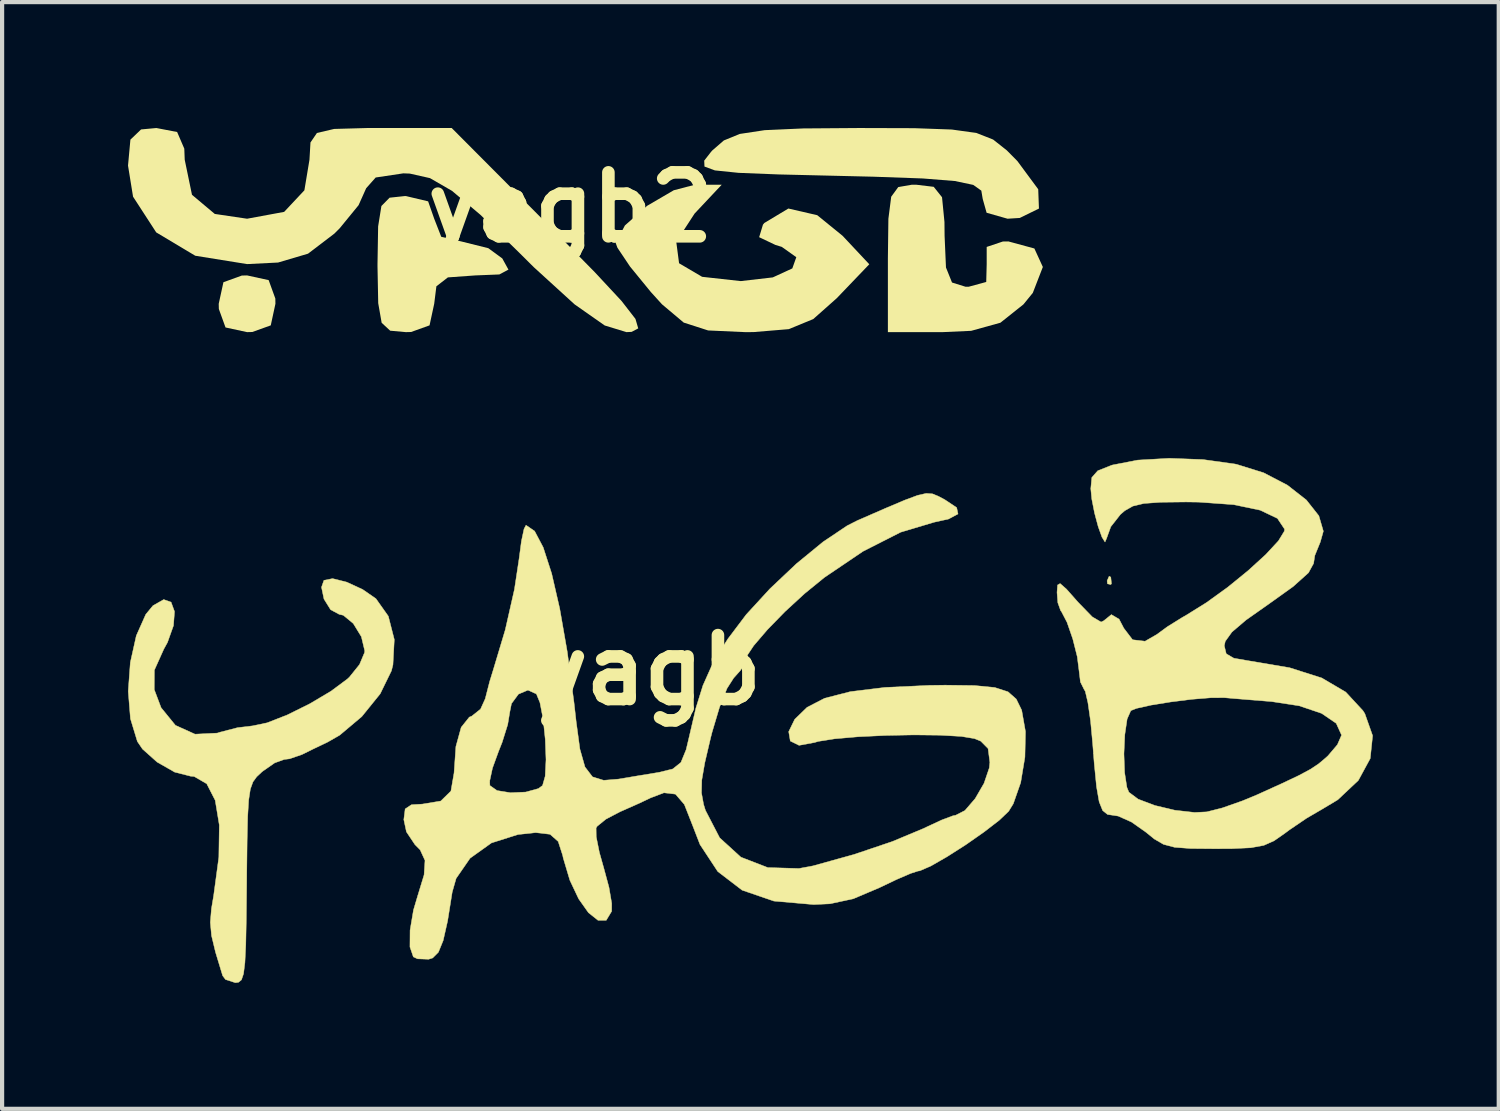
<source format=kicad_pcb>
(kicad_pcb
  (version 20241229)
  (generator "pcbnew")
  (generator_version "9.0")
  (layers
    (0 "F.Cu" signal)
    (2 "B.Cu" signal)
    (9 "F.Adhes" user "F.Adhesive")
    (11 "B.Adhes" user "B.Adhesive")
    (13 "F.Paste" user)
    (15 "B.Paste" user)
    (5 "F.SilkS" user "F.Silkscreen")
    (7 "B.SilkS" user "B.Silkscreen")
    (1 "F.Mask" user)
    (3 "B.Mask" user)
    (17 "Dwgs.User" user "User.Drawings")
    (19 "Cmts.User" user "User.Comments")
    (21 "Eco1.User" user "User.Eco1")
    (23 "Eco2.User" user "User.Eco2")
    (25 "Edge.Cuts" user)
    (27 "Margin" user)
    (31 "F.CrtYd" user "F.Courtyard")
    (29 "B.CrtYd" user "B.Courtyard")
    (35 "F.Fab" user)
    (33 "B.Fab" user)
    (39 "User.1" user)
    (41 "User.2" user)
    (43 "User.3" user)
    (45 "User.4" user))
  (footprint "yagb"
    (layer "F.Cu")
    (at 12.422 12.916)
    (property "Reference" "yagb" (at 0 0 0) (layer "F.SilkS") (effects (font (size 1.524 1.524) (thickness 0.3))))
    (attr through_hole)
    (fp_poly (pts (xy 10.993 -2.216) (xy 11.009 -2.059) (xy 10.993 -2.039) (xy 10.914 -2.057) (xy 10.905 -2.128) (xy 10.953 -2.237) (xy 10.993 -2.216)) (stroke (width 0.01) (type solid)) (fill yes) (layer "F.SilkS"))
    (fp_poly (pts (xy -7.212 -2.097) (xy -6.832 -1.922) (xy -6.516 -1.703) (xy -6.22 -1.285) (xy -6.078 -0.729) (xy -6.11 -0.127) (xy -6.146 0.016) (xy -6.414 0.564) (xy -6.852 1.106) (xy -7.378 1.549) (xy -7.664 1.713) (xy -8.015 1.881) (xy -8.276 2.01) (xy -8.572 2.112) (xy -8.701 2.128) (xy -8.928 2.21) (xy -9.216 2.411) (xy -9.235 2.427) (xy -9.356 2.54) (xy -9.445 2.662) (xy -9.507 2.833) (xy -9.547 3.094) (xy -9.571 3.487) (xy -9.584 4.052) (xy -9.593 4.83) (xy -9.595 5.087) (xy -9.604 5.932) (xy -9.616 6.548) (xy -9.637 6.97) (xy -9.67 7.235) (xy -9.719 7.379) (xy -9.789 7.437) (xy -9.865 7.447) (xy -10.099 7.371) (xy -10.167 7.281) (xy -10.337 6.721) (xy -10.432 6.326) (xy -10.461 6.009) (xy -10.434 5.684) (xy -10.381 5.368) (xy -10.258 4.455) (xy -10.247 3.691) (xy -10.345 3.101) (xy -10.547 2.707) (xy -10.848 2.533) (xy -10.93 2.527) (xy -11.31 2.43) (xy -11.73 2.19) (xy -12.077 1.88) (xy -12.199 1.7) (xy -12.364 1.158) (xy -12.417 0.503) (xy -12.367 -0.182) (xy -12.225 -0.82) (xy -11.999 -1.328) (xy -11.828 -1.536) (xy -11.571 -1.682) (xy -11.396 -1.62) (xy -11.314 -1.396) (xy -11.339 -1.061) (xy -11.482 -0.66) (xy -11.569 -0.502) (xy -11.794 -0.001) (xy -11.797 0.463) (xy -11.634 0.895) (xy -11.292 1.315) (xy -10.825 1.526) (xy -10.296 1.5) (xy -10.224 1.477) (xy -9.814 1.371) (xy -9.455 1.328) (xy -9.107 1.255) (xy -8.625 1.066) (xy -8.091 0.801) (xy -7.587 0.502) (xy -7.194 0.21) (xy -7.148 0.167) (xy -6.906 -0.134) (xy -6.785 -0.422) (xy -6.782 -0.461) (xy -6.862 -0.796) (xy -7.055 -1.111) (xy -7.292 -1.307) (xy -7.391 -1.33) (xy -7.595 -1.44) (xy -7.753 -1.694) (xy -7.812 -1.975) (xy -7.754 -2.14) (xy -7.548 -2.181) (xy -7.212 -2.097)) (stroke (width 0.01) (type solid)) (fill yes) (layer "F.SilkS"))
    (fp_poly (pts (xy 13.19 -5.017) (xy 13.945 -4.912) (xy 13.99 -4.903) (xy 14.635 -4.702) (xy 15.201 -4.407) (xy 15.652 -4.054) (xy 15.95 -3.677) (xy 16.057 -3.31) (xy 15.984 -3.051) (xy 15.853 -2.729) (xy 15.825 -2.543) (xy 15.703 -2.32) (xy 15.338 -1.992) (xy 14.761 -1.579) (xy 14.217 -1.196) (xy 13.879 -0.908) (xy 13.72 -0.687) (xy 13.697 -0.581) (xy 13.743 -0.39) (xy 13.924 -0.284) (xy 14.263 -0.225) (xy 15.255 -0.057) (xy 16.02 0.187) (xy 16.591 0.523) (xy 16.999 0.964) (xy 17.045 1.036) (xy 17.231 1.562) (xy 17.174 2.105) (xy 16.891 2.627) (xy 16.4 3.089) (xy 16.013 3.321) (xy 15.656 3.529) (xy 15.247 3.807) (xy 15.141 3.886) (xy 14.884 4.065) (xy 14.638 4.175) (xy 14.327 4.232) (xy 13.875 4.253) (xy 13.474 4.255) (xy 12.898 4.25) (xy 12.515 4.221) (xy 12.249 4.151) (xy 12.029 4.023) (xy 11.831 3.862) (xy 11.486 3.619) (xy 11.169 3.477) (xy 11.08 3.463) (xy 10.916 3.439) (xy 10.799 3.345) (xy 10.716 3.138) (xy 10.653 2.778) (xy 10.598 2.22) (xy 10.58 1.992) (xy 11.306 1.992) (xy 11.322 2.44) (xy 11.376 2.791) (xy 11.424 2.909) (xy 11.645 3.074) (xy 12.041 3.224) (xy 12.52 3.338) (xy 12.99 3.391) (xy 13.28 3.377) (xy 13.65 3.283) (xy 14.133 3.113) (xy 14.477 2.97) (xy 15.072 2.7) (xy 15.477 2.508) (xy 15.749 2.362) (xy 15.942 2.234) (xy 16.111 2.092) (xy 16.169 2.039) (xy 16.392 1.776) (xy 16.49 1.551) (xy 16.49 1.545) (xy 16.364 1.268) (xy 16.015 1.03) (xy 15.483 0.85) (xy 14.825 0.749) (xy 14.33 0.709) (xy 13.925 0.676) (xy 13.697 0.656) (xy 13.697 0.656) (xy 13.376 0.658) (xy 12.922 0.695) (xy 12.421 0.758) (xy 11.955 0.833) (xy 11.606 0.911) (xy 11.47 0.965) (xy 11.382 1.164) (xy 11.327 1.536) (xy 11.306 1.992) (xy 10.58 1.992) (xy 10.562 1.759) (xy 10.511 1.213) (xy 10.448 0.775) (xy 10.385 0.506) (xy 10.355 0.455) (xy 10.269 0.282) (xy 10.238 0.025) (xy 10.194 -0.32) (xy 10.087 -0.744) (xy 9.95 -1.14) (xy 9.816 -1.397) (xy 9.799 -1.416) (xy 9.731 -1.606) (xy 9.712 -1.851) (xy 9.725 -2.029) (xy 9.786 -2.063) (xy 9.936 -1.931) (xy 10.215 -1.616) (xy 10.223 -1.608) (xy 10.552 -1.269) (xy 10.762 -1.146) (xy 10.825 -1.176) (xy 11.007 -1.323) (xy 11.19 -1.215) (xy 11.304 -0.997) (xy 11.512 -0.724) (xy 11.808 -0.688) (xy 12.091 -0.851) (xy 12.342 -1.035) (xy 12.699 -1.257) (xy 12.784 -1.305) (xy 13.269 -1.607) (xy 13.779 -1.975) (xy 14.265 -2.371) (xy 14.683 -2.752) (xy 14.987 -3.08) (xy 15.129 -3.313) (xy 15.133 -3.36) (xy 14.963 -3.615) (xy 14.552 -3.811) (xy 13.92 -3.943) (xy 13.087 -4.003) (xy 12.784 -4.007) (xy 12.182 -4) (xy 11.782 -3.971) (xy 11.518 -3.908) (xy 11.326 -3.799) (xy 11.222 -3.709) (xy 10.993 -3.417) (xy 10.891 -3.135) (xy 10.855 -3.053) (xy 10.783 -3.168) (xy 10.693 -3.418) (xy 10.606 -3.742) (xy 10.54 -4.077) (xy 10.516 -4.323) (xy 10.541 -4.59) (xy 10.682 -4.75) (xy 11.009 -4.88) (xy 11.036 -4.888) (xy 11.634 -5.004) (xy 12.386 -5.047) (xy 13.19 -5.017)) (stroke (width 0.01) (type solid)) (fill yes) (layer "F.SilkS"))
    (fp_poly (pts (xy 6.745 -4.2) (xy 6.884 -4.143) (xy 7.035 -4.063) (xy 7.321 -3.872) (xy 7.353 -3.721) (xy 7.126 -3.6) (xy 6.783 -3.524) (xy 5.986 -3.286) (xy 5.09 -2.831) (xy 4.17 -2.209) (xy 3.7 -1.826) (xy 3.232 -1.396) (xy 2.812 -0.965) (xy 2.484 -0.582) (xy 2.292 -0.293) (xy 2.261 -0.189) (xy 2.171 0.005) (xy 2.007 0.188) (xy 1.849 0.436) (xy 1.67 0.886) (xy 1.493 1.479) (xy 1.458 1.616) (xy 1.319 2.209) (xy 1.248 2.62) (xy 1.241 2.925) (xy 1.291 3.198) (xy 1.335 3.34) (xy 1.675 3.996) (xy 2.18 4.456) (xy 2.82 4.704) (xy 3.563 4.726) (xy 3.896 4.664) (xy 4.878 4.391) (xy 5.789 4.083) (xy 6.538 3.77) (xy 6.61 3.735) (xy 6.968 3.569) (xy 7.232 3.47) (xy 7.296 3.458) (xy 7.517 3.345) (xy 7.761 3.062) (xy 7.973 2.696) (xy 8.098 2.329) (xy 8.112 2.197) (xy 8.069 1.868) (xy 7.895 1.692) (xy 7.746 1.631) (xy 7.434 1.579) (xy 6.928 1.55) (xy 6.302 1.543) (xy 5.626 1.556) (xy 4.973 1.587) (xy 4.414 1.636) (xy 4.022 1.698) (xy 3.935 1.724) (xy 3.566 1.792) (xy 3.357 1.689) (xy 3.319 1.466) (xy 3.462 1.172) (xy 3.757 0.886) (xy 4.175 0.67) (xy 4.786 0.513) (xy 5.611 0.412) (xy 6.67 0.363) (xy 7.048 0.358) (xy 7.747 0.367) (xy 8.229 0.414) (xy 8.544 0.516) (xy 8.741 0.69) (xy 8.868 0.95) (xy 8.871 0.96) (xy 8.96 1.464) (xy 8.947 2.072) (xy 8.846 2.68) (xy 8.67 3.183) (xy 8.559 3.363) (xy 8.336 3.576) (xy 7.973 3.856) (xy 7.537 4.161) (xy 7.092 4.445) (xy 6.705 4.667) (xy 6.443 4.781) (xy 6.399 4.787) (xy 6.226 4.843) (xy 5.889 4.988) (xy 5.473 5.186) (xy 4.858 5.447) (xy 4.302 5.567) (xy 3.913 5.585) (xy 2.965 5.502) (xy 2.21 5.243) (xy 1.629 4.798) (xy 1.205 4.154) (xy 1.024 3.686) (xy 0.833 3.201) (xy 0.622 2.955) (xy 0.347 2.922) (xy 0.031 3.042) (xy -0.239 3.17) (xy -0.615 3.337) (xy -0.702 3.375) (xy -1.035 3.55) (xy -1.246 3.721) (xy -1.27 3.761) (xy -1.267 3.97) (xy -1.192 4.343) (xy -1.086 4.719) (xy -0.963 5.175) (xy -0.898 5.557) (xy -0.899 5.745) (xy -1.029 5.961) (xy -1.223 5.961) (xy -1.451 5.78) (xy -1.685 5.45) (xy -1.895 5.006) (xy -2.052 4.48) (xy -2.066 4.413) (xy -2.173 4.082) (xy -2.367 3.911) (xy -2.709 3.871) (xy -3.132 3.917) (xy -3.763 4.117) (xy -4.272 4.481) (xy -4.605 4.963) (xy -4.698 5.288) (xy -4.808 5.977) (xy -4.913 6.441) (xy -5.027 6.721) (xy -5.164 6.858) (xy -5.26 6.888) (xy -5.524 6.878) (xy -5.624 6.832) (xy -5.705 6.596) (xy -5.702 6.196) (xy -5.621 5.717) (xy -5.523 5.386) (xy -5.368 4.878) (xy -5.346 4.534) (xy -5.462 4.282) (xy -5.585 4.158) (xy -5.789 3.852) (xy -5.851 3.561) (xy -5.819 3.307) (xy -5.669 3.207) (xy -5.412 3.192) (xy -4.971 3.119) (xy -4.729 2.882) (xy -4.688 2.646) (xy -3.806 2.646) (xy -3.8 2.75) (xy -3.63 2.869) (xy -3.31 2.921) (xy -2.946 2.905) (xy -2.645 2.822) (xy -2.546 2.749) (xy -2.483 2.528) (xy -2.463 2.133) (xy -2.481 1.651) (xy -2.531 1.17) (xy -2.607 0.775) (xy -2.692 0.568) (xy -2.893 0.476) (xy -3.119 0.571) (xy -3.286 0.798) (xy -3.325 0.991) (xy -3.376 1.298) (xy -3.508 1.719) (xy -3.596 1.941) (xy -3.739 2.335) (xy -3.806 2.646) (xy -4.688 2.646) (xy -4.654 2.45) (xy -4.61 1.819) (xy -4.484 1.362) (xy -4.29 1.119) (xy -4.234 1.097) (xy -4.023 0.929) (xy -3.911 0.682) (xy -3.805 0.269) (xy -3.722 0) (xy -3.434 -0.96) (xy -3.215 -1.926) (xy -3.105 -2.651) (xy -3.049 -3.073) (xy -2.987 -3.363) (xy -2.94 -3.453) (xy -2.735 -3.313) (xy -2.53 -2.924) (xy -2.329 -2.303) (xy -2.137 -1.468) (xy -1.957 -0.437) (xy -1.796 0.774) (xy -1.745 1.225) (xy -1.656 1.881) (xy -1.535 2.307) (xy -1.355 2.543) (xy -1.089 2.625) (xy -0.737 2.596) (xy -0.263 2.516) (xy 0.188 2.442) (xy 0.234 2.434) (xy 0.558 2.354) (xy 0.751 2.199) (xy 0.875 1.896) (xy 0.944 1.606) (xy 1.108 0.903) (xy 1.275 0.367) (xy 1.482 -0.097) (xy 1.768 -0.585) (xy 1.871 -0.746) (xy 2.308 -1.325) (xy 2.873 -1.94) (xy 3.504 -2.536) (xy 4.137 -3.055) (xy 4.712 -3.441) (xy 4.955 -3.564) (xy 5.615 -3.852) (xy 6.078 -4.048) (xy 6.389 -4.164) (xy 6.595 -4.211) (xy 6.745 -4.2)) (stroke (width 0.01) (type solid)) (fill yes) (layer "F.SilkS")))
  (footprint "yagb2"
    (layer "F.Cu")
    (at 10.538 1.891)
    (property "Reference" "yagb2" (at 0 0 0) (layer "F.SilkS") (effects (font (size 1.524 1.524) (thickness 0.3))))
    (attr through_hole)
    (fp_poly (pts (xy -7.187 1.733) (xy -7.028 2.172) (xy -7.026 2.297) (xy -7.137 2.811) (xy -7.577 2.969) (xy -7.701 2.972) (xy -8.215 2.861) (xy -8.374 2.421) (xy -8.377 2.297) (xy -8.265 1.783) (xy -7.826 1.624) (xy -7.701 1.621)) (stroke (width 0) (type solid)) (fill yes) (layer "F.SilkS"))
    (fp_poly (pts (xy -3.388 -0.144) (xy -3.243 0.27) (xy -3.075 0.701) (xy -2.6 0.811) (xy -1.954 0.972) (xy -1.621 1.216) (xy -1.474 1.483) (xy -1.691 1.598) (xy -2.264 1.621) (xy -2.917 1.668) (xy -3.191 1.88) (xy -3.243 2.297) (xy -3.354 2.811) (xy -3.794 2.969) (xy -3.918 2.972) (xy -4.292 2.938) (xy -4.495 2.75) (xy -4.577 2.283) (xy -4.594 1.408) (xy -4.594 1.351) (xy -4.579 0.453) (xy -4.501 -0.033) (xy -4.306 -0.231) (xy -3.942 -0.27) (xy -3.918 -0.27)) (stroke (width 0) (type solid)) (fill yes) (layer "F.SilkS"))
    (fp_poly (pts (xy 8.658 -0.49) (xy 8.856 -0.242) (xy 8.914 0.348) (xy 8.917 0.676) (xy 8.95 1.432) (xy 9.094 1.79) (xy 9.414 1.89) (xy 9.489 1.891) (xy 9.909 1.777) (xy 9.92 1.353) (xy 9.92 1.351) (xy 9.92 0.942) (xy 10.305 0.813) (xy 10.437 0.811) (xy 11.056 0.979) (xy 11.258 1.42) (xy 11.019 2.037) (xy 10.796 2.311) (xy 10.247 2.748) (xy 9.551 2.941) (xy 8.87 2.972) (xy 7.566 2.972) (xy 7.566 1.216) (xy 7.578 0.272) (xy 7.645 -0.254) (xy 7.813 -0.484) (xy 8.131 -0.539) (xy 8.241 -0.54)) (stroke (width 0) (type solid)) (fill yes) (layer "F.SilkS"))
    (fp_poly (pts (xy 8.197 -1.887) (xy 9.089 -1.855) (xy 9.676 -1.773) (xy 10.074 -1.616) (xy 10.4 -1.358) (xy 10.652 -1.103) (xy 11.148 -0.432) (xy 11.165 0.028) (xy 10.708 0.252) (xy 10.417 0.27) (xy 9.918 0.128) (xy 9.825 -0.203) (xy 9.792 -0.399) (xy 9.599 -0.536) (xy 9.162 -0.628) (xy 8.398 -0.689) (xy 7.224 -0.731) (xy 6.383 -0.751) (xy 4.963 -0.785) (xy 4.008 -0.823) (xy 3.444 -0.881) (xy 3.196 -0.973) (xy 3.19 -1.114) (xy 3.351 -1.321) (xy 3.385 -1.359) (xy 3.658 -1.595) (xy 4.037 -1.75) (xy 4.631 -1.84) (xy 5.55 -1.881) (xy 6.882 -1.891)) (stroke (width 0) (type solid)) (fill yes) (layer "F.SilkS"))
    (fp_poly (pts (xy 2.961 0.147) (xy 2.524 0.819) (xy 2.591 1.331) (xy 3.14 1.654) (xy 4.06 1.756) (xy 4.824 1.668) (xy 5.289 1.454) (xy 5.384 1.187) (xy 5.038 0.941) (xy 4.887 0.895) (xy 4.499 0.71) (xy 4.589 0.412) (xy 4.621 0.372) (xy 5.195 0.027) (xy 5.883 0.186) (xy 6.487 0.677) (xy 7.123 1.355) (xy 6.348 2.164) (xy 5.788 2.661) (xy 5.205 2.901) (xy 4.365 2.971) (xy 4.166 2.972) (xy 3.283 2.932) (xy 2.702 2.745) (xy 2.184 2.309) (xy 1.919 2.017) (xy 1.422 1.409) (xy 1.122 0.961) (xy 1.081 0.848) (xy 1.3 0.431) (xy 1.827 -0.036) (xy 2.464 -0.408) (xy 2.969 -0.54) (xy 3.607 -0.54)) (stroke (width 0) (type solid)) (fill yes) (layer "F.SilkS"))
    (fp_poly (pts (xy -0.405 0.54) (xy 0.582 1.543) (xy 1.22 2.229) (xy 1.552 2.657) (xy 1.618 2.883) (xy 1.461 2.966) (xy 1.338 2.972) (xy 0.82 2.814) (xy 0.102 2.311) (xy -0.87 1.425) (xy -1.216 1.081) (xy -2.143 0.176) (xy -2.818 -0.393) (xy -3.344 -0.697) (xy -3.823 -0.805) (xy -3.978 -0.811) (xy -4.637 -0.712) (xy -4.864 -0.456) (xy -5.045 -0.052) (xy -5.495 0.498) (xy -5.622 0.625) (xy -6.249 1.103) (xy -6.963 1.314) (xy -7.701 1.351) (xy -8.936 1.152) (xy -9.866 0.596) (xy -10.418 -0.255) (xy -10.538 -0.996) (xy -10.481 -1.614) (xy -10.227 -1.857) (xy -9.863 -1.891) (xy -9.368 -1.796) (xy -9.197 -1.399) (xy -9.187 -1.135) (xy -9.014 -0.3) (xy -8.471 0.156) (xy -7.701 0.27) (xy -6.818 0.107) (xy -6.336 -0.407) (xy -6.215 -1.135) (xy -6.191 -1.547) (xy -6.037 -1.773) (xy -5.627 -1.869) (xy -4.837 -1.891) (xy -4.52 -1.891) (xy -2.826 -1.891)) (stroke (width 0) (type solid)) (fill yes) (layer "F.SilkS")))
  (gr_rect
    (start -3 -3)
    (end 32.658 23.368)
    (stroke (width 0.1) (type default))
    (fill no)
    (layer "Edge.Cuts")))
</source>
